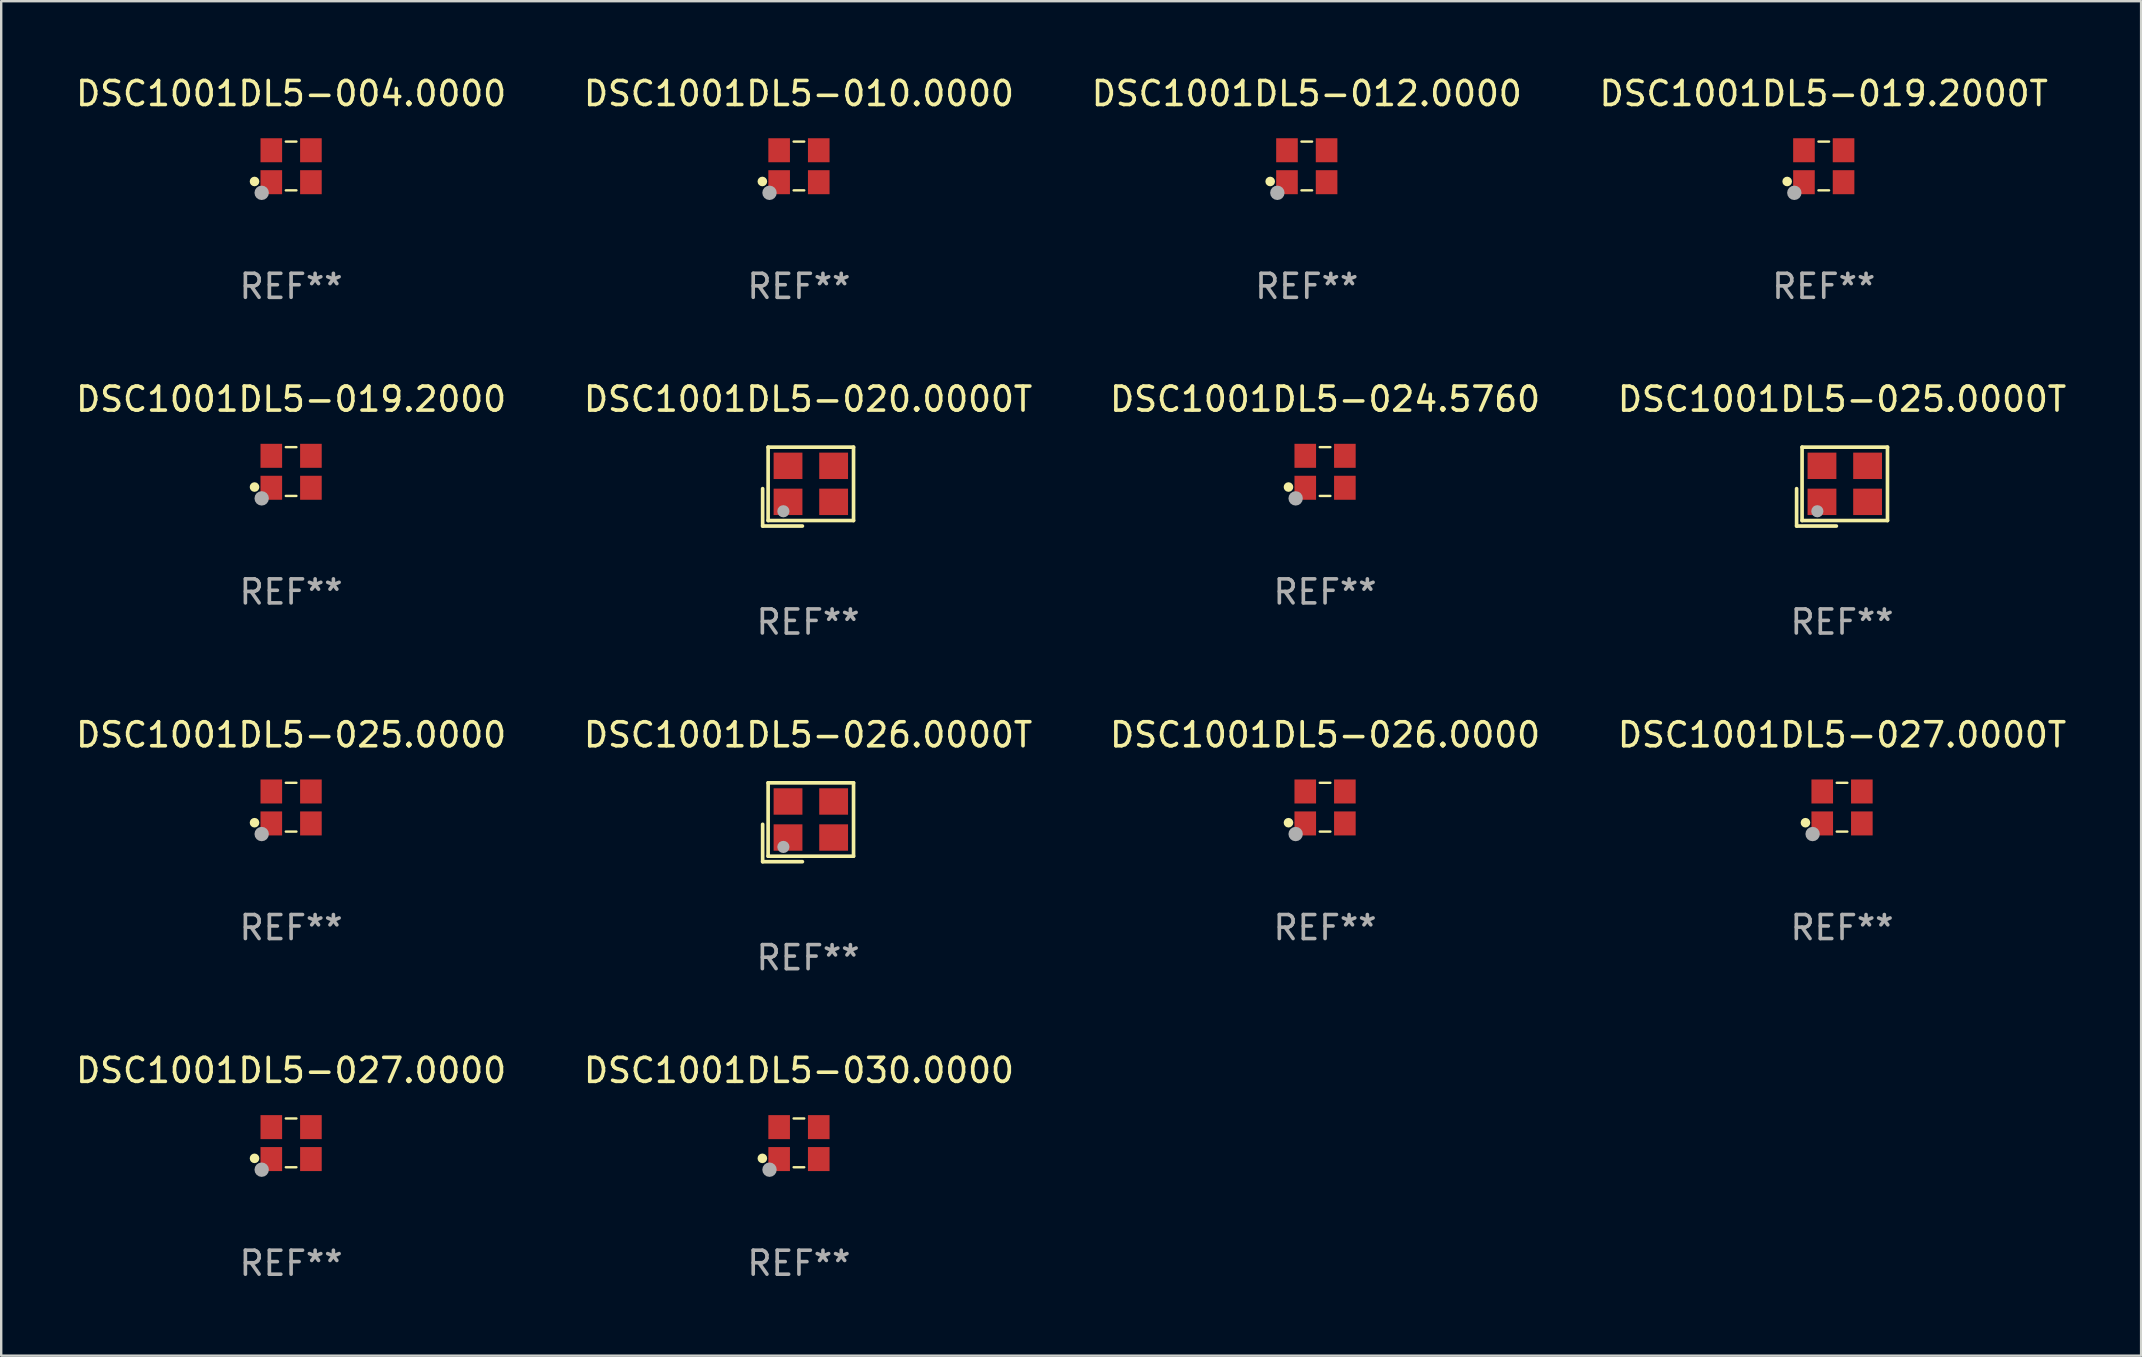
<source format=kicad_pcb>
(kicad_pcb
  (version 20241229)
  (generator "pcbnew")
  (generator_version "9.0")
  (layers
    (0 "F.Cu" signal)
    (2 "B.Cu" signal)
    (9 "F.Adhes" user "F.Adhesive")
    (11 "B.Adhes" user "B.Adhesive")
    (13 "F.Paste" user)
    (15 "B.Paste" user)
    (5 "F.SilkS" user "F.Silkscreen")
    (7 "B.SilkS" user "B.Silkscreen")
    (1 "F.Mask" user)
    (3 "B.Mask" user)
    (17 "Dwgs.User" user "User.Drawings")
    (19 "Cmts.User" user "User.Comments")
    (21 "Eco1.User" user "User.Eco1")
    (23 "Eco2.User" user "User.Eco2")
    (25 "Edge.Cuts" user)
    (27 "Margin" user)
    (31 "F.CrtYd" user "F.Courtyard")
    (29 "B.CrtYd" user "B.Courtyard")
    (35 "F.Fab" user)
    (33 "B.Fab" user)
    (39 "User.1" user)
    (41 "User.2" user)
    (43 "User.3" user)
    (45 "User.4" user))
  (footprint "DSC1001DL5-027.0000"
    (layer "F.Cu")
    (at 9.077 44.558)
    (property "Reference" "DSC1001DL5-027.0000" (at 0 -3.016 0) (layer "F.SilkS") (effects (font (size 1 1) (thickness 0.15))))
    (attr through_hole)
    (fp_line (start -0.221 -1.016) (end 0.221 -1.016) (stroke (width 0.1) (type solid)) (layer "F.SilkS"))
    (fp_line (start -0.221 1.016) (end 0.221 1.016) (stroke (width 0.1) (type solid)) (layer "F.SilkS"))
    (fp_circle (center -1.524 0.646) (end -1.424 0.646) (stroke (width 0.2) (type solid)) (fill no) (layer "F.SilkS"))
    (fp_circle (center -1.25 1) (end -1.22 1) (stroke (width 0.06) (type solid)) (fill no) (layer "F.SilkS"))
    (fp_circle (center -1.226 1.118) (end -1.076 1.118) (stroke (width 0.3) (type solid)) (fill no) (layer "F.Fab"))
    (fp_text user "REF**" (at 0 5.016 0) (layer "F.Fab") (effects (font (size 1 1) (thickness 0.15))))
    (pad "1" smd rect (at -0.825 0.676) (size 0.9 1) (layers "F.Cu" "F.Mask" "F.Paste"))
    (pad "2" smd rect (at 0.825 0.676) (size 0.9 1) (layers "F.Cu" "F.Mask" "F.Paste"))
    (pad "3" smd rect (at 0.825 -0.655) (size 0.9 1) (layers "F.Cu" "F.Mask" "F.Paste"))
    (pad "4" smd rect (at -0.825 -0.655) (size 0.9 1) (layers "F.Cu" "F.Mask" "F.Paste")))
  (footprint "DSC1001DL5-026.0000T"
    (layer "F.Cu")
    (at 30.613 31.203)
    (property "Reference" "DSC1001DL5-026.0000T" (at 0 -3.643 0) (layer "F.SilkS") (effects (font (size 1 1) (thickness 0.15))))
    (attr through_hole)
    (fp_line (start -1.893 0.086) (end -1.893 1.643) (stroke (width 0.152) (type solid)) (layer "F.SilkS"))
    (fp_line (start -1.893 1.643) (end -0.237 1.643) (stroke (width 0.152) (type solid)) (layer "F.SilkS"))
    (fp_line (start -1.665 -1.643) (end 1.893 -1.643) (stroke (width 0.152) (type solid)) (layer "F.SilkS"))
    (fp_line (start -1.665 1.414) (end -1.665 -1.643) (stroke (width 0.152) (type solid)) (layer "F.SilkS"))
    (fp_line (start 1.893 -1.643) (end 1.893 1.414) (stroke (width 0.152) (type solid)) (layer "F.SilkS"))
    (fp_line (start 1.893 1.414) (end -1.665 1.414) (stroke (width 0.152) (type solid)) (layer "F.SilkS"))
    (fp_circle (center -1.136 0.885) (end -1.106 0.885) (stroke (width 0.06) (type solid)) (fill no) (layer "F.SilkS"))
    (fp_circle (center -1.029 1.028) (end -0.902 1.028) (stroke (width 0.254) (type solid)) (fill no) (layer "F.Fab"))
    (fp_text user "REF**" (at 0 5.643 0) (layer "F.Fab") (effects (font (size 1 1) (thickness 0.15))))
    (pad "1" smd rect (at -0.836 0.636) (size 1.2 1.1) (layers "F.Cu" "F.Mask" "F.Paste"))
    (pad "2" smd rect (at 1.064 0.636) (size 1.2 1.1) (layers "F.Cu" "F.Mask" "F.Paste"))
    (pad "3" smd rect (at 1.064 -0.865) (size 1.2 1.1) (layers "F.Cu" "F.Mask" "F.Paste"))
    (pad "4" smd rect (at -0.836 -0.865) (size 1.2 1.1) (layers "F.Cu" "F.Mask" "F.Paste")))
  (footprint "DSC1001DL5-019.2000T"
    (layer "F.Cu")
    (at 72.923 3.864)
    (property "Reference" "DSC1001DL5-019.2000T" (at 0 -3.016 0) (layer "F.SilkS") (effects (font (size 1 1) (thickness 0.15))))
    (attr through_hole)
    (fp_line (start -0.221 -1.016) (end 0.221 -1.016) (stroke (width 0.1) (type solid)) (layer "F.SilkS"))
    (fp_line (start -0.221 1.016) (end 0.221 1.016) (stroke (width 0.1) (type solid)) (layer "F.SilkS"))
    (fp_circle (center -1.524 0.646) (end -1.424 0.646) (stroke (width 0.2) (type solid)) (fill no) (layer "F.SilkS"))
    (fp_circle (center -1.25 1) (end -1.22 1) (stroke (width 0.06) (type solid)) (fill no) (layer "F.SilkS"))
    (fp_circle (center -1.226 1.118) (end -1.076 1.118) (stroke (width 0.3) (type solid)) (fill no) (layer "F.Fab"))
    (fp_text user "REF**" (at 0 5.016 0) (layer "F.Fab") (effects (font (size 1 1) (thickness 0.15))))
    (pad "1" smd rect (at -0.825 0.676) (size 0.9 1) (layers "F.Cu" "F.Mask" "F.Paste"))
    (pad "2" smd rect (at 0.825 0.676) (size 0.9 1) (layers "F.Cu" "F.Mask" "F.Paste"))
    (pad "3" smd rect (at 0.825 -0.655) (size 0.9 1) (layers "F.Cu" "F.Mask" "F.Paste"))
    (pad "4" smd rect (at -0.825 -0.655) (size 0.9 1) (layers "F.Cu" "F.Mask" "F.Paste")))
  (footprint "DSC1001DL5-019.2000"
    (layer "F.Cu")
    (at 9.077 16.593)
    (property "Reference" "DSC1001DL5-019.2000" (at 0 -3.016 0) (layer "F.SilkS") (effects (font (size 1 1) (thickness 0.15))))
    (attr through_hole)
    (fp_line (start -0.221 -1.016) (end 0.221 -1.016) (stroke (width 0.1) (type solid)) (layer "F.SilkS"))
    (fp_line (start -0.221 1.016) (end 0.221 1.016) (stroke (width 0.1) (type solid)) (layer "F.SilkS"))
    (fp_circle (center -1.524 0.646) (end -1.424 0.646) (stroke (width 0.2) (type solid)) (fill no) (layer "F.SilkS"))
    (fp_circle (center -1.25 1) (end -1.22 1) (stroke (width 0.06) (type solid)) (fill no) (layer "F.SilkS"))
    (fp_circle (center -1.226 1.118) (end -1.076 1.118) (stroke (width 0.3) (type solid)) (fill no) (layer "F.Fab"))
    (fp_text user "REF**" (at 0 5.016 0) (layer "F.Fab") (effects (font (size 1 1) (thickness 0.15))))
    (pad "1" smd rect (at -0.825 0.676) (size 0.9 1) (layers "F.Cu" "F.Mask" "F.Paste"))
    (pad "2" smd rect (at 0.825 0.676) (size 0.9 1) (layers "F.Cu" "F.Mask" "F.Paste"))
    (pad "3" smd rect (at 0.825 -0.655) (size 0.9 1) (layers "F.Cu" "F.Mask" "F.Paste"))
    (pad "4" smd rect (at -0.825 -0.655) (size 0.9 1) (layers "F.Cu" "F.Mask" "F.Paste")))
  (footprint "DSC1001DL5-025.0000T"
    (layer "F.Cu")
    (at 73.685 17.22)
    (property "Reference" "DSC1001DL5-025.0000T" (at 0 -3.643 0) (layer "F.SilkS") (effects (font (size 1 1) (thickness 0.15))))
    (attr through_hole)
    (fp_line (start -1.893 0.086) (end -1.893 1.643) (stroke (width 0.152) (type solid)) (layer "F.SilkS"))
    (fp_line (start -1.893 1.643) (end -0.237 1.643) (stroke (width 0.152) (type solid)) (layer "F.SilkS"))
    (fp_line (start -1.665 -1.643) (end 1.893 -1.643) (stroke (width 0.152) (type solid)) (layer "F.SilkS"))
    (fp_line (start -1.665 1.414) (end -1.665 -1.643) (stroke (width 0.152) (type solid)) (layer "F.SilkS"))
    (fp_line (start 1.893 -1.643) (end 1.893 1.414) (stroke (width 0.152) (type solid)) (layer "F.SilkS"))
    (fp_line (start 1.893 1.414) (end -1.665 1.414) (stroke (width 0.152) (type solid)) (layer "F.SilkS"))
    (fp_circle (center -1.136 0.885) (end -1.106 0.885) (stroke (width 0.06) (type solid)) (fill no) (layer "F.SilkS"))
    (fp_circle (center -1.029 1.028) (end -0.902 1.028) (stroke (width 0.254) (type solid)) (fill no) (layer "F.Fab"))
    (fp_text user "REF**" (at 0 5.643 0) (layer "F.Fab") (effects (font (size 1 1) (thickness 0.15))))
    (pad "1" smd rect (at -0.836 0.636) (size 1.2 1.1) (layers "F.Cu" "F.Mask" "F.Paste"))
    (pad "2" smd rect (at 1.064 0.636) (size 1.2 1.1) (layers "F.Cu" "F.Mask" "F.Paste"))
    (pad "3" smd rect (at 1.064 -0.865) (size 1.2 1.1) (layers "F.Cu" "F.Mask" "F.Paste"))
    (pad "4" smd rect (at -0.836 -0.865) (size 1.2 1.1) (layers "F.Cu" "F.Mask" "F.Paste")))
  (footprint "DSC1001DL5-027.0000T"
    (layer "F.Cu")
    (at 73.685 30.576)
    (property "Reference" "DSC1001DL5-027.0000T" (at 0 -3.016 0) (layer "F.SilkS") (effects (font (size 1 1) (thickness 0.15))))
    (attr through_hole)
    (fp_line (start -0.221 -1.016) (end 0.221 -1.016) (stroke (width 0.1) (type solid)) (layer "F.SilkS"))
    (fp_line (start -0.221 1.016) (end 0.221 1.016) (stroke (width 0.1) (type solid)) (layer "F.SilkS"))
    (fp_circle (center -1.524 0.646) (end -1.424 0.646) (stroke (width 0.2) (type solid)) (fill no) (layer "F.SilkS"))
    (fp_circle (center -1.25 1) (end -1.22 1) (stroke (width 0.06) (type solid)) (fill no) (layer "F.SilkS"))
    (fp_circle (center -1.226 1.118) (end -1.076 1.118) (stroke (width 0.3) (type solid)) (fill no) (layer "F.Fab"))
    (fp_text user "REF**" (at 0 5.016 0) (layer "F.Fab") (effects (font (size 1 1) (thickness 0.15))))
    (pad "1" smd rect (at -0.825 0.676) (size 0.9 1) (layers "F.Cu" "F.Mask" "F.Paste"))
    (pad "2" smd rect (at 0.825 0.676) (size 0.9 1) (layers "F.Cu" "F.Mask" "F.Paste"))
    (pad "3" smd rect (at 0.825 -0.655) (size 0.9 1) (layers "F.Cu" "F.Mask" "F.Paste"))
    (pad "4" smd rect (at -0.825 -0.655) (size 0.9 1) (layers "F.Cu" "F.Mask" "F.Paste")))
  (footprint "DSC1001DL5-020.0000T"
    (layer "F.Cu")
    (at 30.613 17.22)
    (property "Reference" "DSC1001DL5-020.0000T" (at 0 -3.643 0) (layer "F.SilkS") (effects (font (size 1 1) (thickness 0.15))))
    (attr through_hole)
    (fp_line (start -1.893 0.086) (end -1.893 1.643) (stroke (width 0.152) (type solid)) (layer "F.SilkS"))
    (fp_line (start -1.893 1.643) (end -0.237 1.643) (stroke (width 0.152) (type solid)) (layer "F.SilkS"))
    (fp_line (start -1.665 -1.643) (end 1.893 -1.643) (stroke (width 0.152) (type solid)) (layer "F.SilkS"))
    (fp_line (start -1.665 1.414) (end -1.665 -1.643) (stroke (width 0.152) (type solid)) (layer "F.SilkS"))
    (fp_line (start 1.893 -1.643) (end 1.893 1.414) (stroke (width 0.152) (type solid)) (layer "F.SilkS"))
    (fp_line (start 1.893 1.414) (end -1.665 1.414) (stroke (width 0.152) (type solid)) (layer "F.SilkS"))
    (fp_circle (center -1.136 0.885) (end -1.106 0.885) (stroke (width 0.06) (type solid)) (fill no) (layer "F.SilkS"))
    (fp_circle (center -1.029 1.028) (end -0.902 1.028) (stroke (width 0.254) (type solid)) (fill no) (layer "F.Fab"))
    (fp_text user "REF**" (at 0 5.643 0) (layer "F.Fab") (effects (font (size 1 1) (thickness 0.15))))
    (pad "1" smd rect (at -0.836 0.636) (size 1.2 1.1) (layers "F.Cu" "F.Mask" "F.Paste"))
    (pad "2" smd rect (at 1.064 0.636) (size 1.2 1.1) (layers "F.Cu" "F.Mask" "F.Paste"))
    (pad "3" smd rect (at 1.064 -0.865) (size 1.2 1.1) (layers "F.Cu" "F.Mask" "F.Paste"))
    (pad "4" smd rect (at -0.836 -0.865) (size 1.2 1.1) (layers "F.Cu" "F.Mask" "F.Paste")))
  (footprint "DSC1001DL5-010.0000"
    (layer "F.Cu")
    (at 30.232 3.864)
    (property "Reference" "DSC1001DL5-010.0000" (at 0 -3.016 0) (layer "F.SilkS") (effects (font (size 1 1) (thickness 0.15))))
    (attr through_hole)
    (fp_line (start -0.221 -1.016) (end 0.221 -1.016) (stroke (width 0.1) (type solid)) (layer "F.SilkS"))
    (fp_line (start -0.221 1.016) (end 0.221 1.016) (stroke (width 0.1) (type solid)) (layer "F.SilkS"))
    (fp_circle (center -1.524 0.646) (end -1.424 0.646) (stroke (width 0.2) (type solid)) (fill no) (layer "F.SilkS"))
    (fp_circle (center -1.25 1) (end -1.22 1) (stroke (width 0.06) (type solid)) (fill no) (layer "F.SilkS"))
    (fp_circle (center -1.226 1.118) (end -1.076 1.118) (stroke (width 0.3) (type solid)) (fill no) (layer "F.Fab"))
    (fp_text user "REF**" (at 0 5.016 0) (layer "F.Fab") (effects (font (size 1 1) (thickness 0.15))))
    (pad "1" smd rect (at -0.825 0.676) (size 0.9 1) (layers "F.Cu" "F.Mask" "F.Paste"))
    (pad "2" smd rect (at 0.825 0.676) (size 0.9 1) (layers "F.Cu" "F.Mask" "F.Paste"))
    (pad "3" smd rect (at 0.825 -0.655) (size 0.9 1) (layers "F.Cu" "F.Mask" "F.Paste"))
    (pad "4" smd rect (at -0.825 -0.655) (size 0.9 1) (layers "F.Cu" "F.Mask" "F.Paste")))
  (footprint "DSC1001DL5-025.0000"
    (layer "F.Cu")
    (at 9.077 30.576)
    (property "Reference" "DSC1001DL5-025.0000" (at 0 -3.016 0) (layer "F.SilkS") (effects (font (size 1 1) (thickness 0.15))))
    (attr through_hole)
    (fp_line (start -0.221 -1.016) (end 0.221 -1.016) (stroke (width 0.1) (type solid)) (layer "F.SilkS"))
    (fp_line (start -0.221 1.016) (end 0.221 1.016) (stroke (width 0.1) (type solid)) (layer "F.SilkS"))
    (fp_circle (center -1.524 0.646) (end -1.424 0.646) (stroke (width 0.2) (type solid)) (fill no) (layer "F.SilkS"))
    (fp_circle (center -1.25 1) (end -1.22 1) (stroke (width 0.06) (type solid)) (fill no) (layer "F.SilkS"))
    (fp_circle (center -1.226 1.118) (end -1.076 1.118) (stroke (width 0.3) (type solid)) (fill no) (layer "F.Fab"))
    (fp_text user "REF**" (at 0 5.016 0) (layer "F.Fab") (effects (font (size 1 1) (thickness 0.15))))
    (pad "1" smd rect (at -0.825 0.676) (size 0.9 1) (layers "F.Cu" "F.Mask" "F.Paste"))
    (pad "2" smd rect (at 0.825 0.676) (size 0.9 1) (layers "F.Cu" "F.Mask" "F.Paste"))
    (pad "3" smd rect (at 0.825 -0.655) (size 0.9 1) (layers "F.Cu" "F.Mask" "F.Paste"))
    (pad "4" smd rect (at -0.825 -0.655) (size 0.9 1) (layers "F.Cu" "F.Mask" "F.Paste")))
  (footprint "DSC1001DL5-004.0000"
    (layer "F.Cu")
    (at 9.077 3.864)
    (property "Reference" "DSC1001DL5-004.0000" (at 0 -3.016 0) (layer "F.SilkS") (effects (font (size 1 1) (thickness 0.15))))
    (attr through_hole)
    (fp_line (start -0.221 -1.016) (end 0.221 -1.016) (stroke (width 0.1) (type solid)) (layer "F.SilkS"))
    (fp_line (start -0.221 1.016) (end 0.221 1.016) (stroke (width 0.1) (type solid)) (layer "F.SilkS"))
    (fp_circle (center -1.524 0.646) (end -1.424 0.646) (stroke (width 0.2) (type solid)) (fill no) (layer "F.SilkS"))
    (fp_circle (center -1.25 1) (end -1.22 1) (stroke (width 0.06) (type solid)) (fill no) (layer "F.SilkS"))
    (fp_circle (center -1.226 1.118) (end -1.076 1.118) (stroke (width 0.3) (type solid)) (fill no) (layer "F.Fab"))
    (fp_text user "REF**" (at 0 5.016 0) (layer "F.Fab") (effects (font (size 1 1) (thickness 0.15))))
    (pad "1" smd rect (at -0.825 0.676) (size 0.9 1) (layers "F.Cu" "F.Mask" "F.Paste"))
    (pad "2" smd rect (at 0.825 0.676) (size 0.9 1) (layers "F.Cu" "F.Mask" "F.Paste"))
    (pad "3" smd rect (at 0.825 -0.655) (size 0.9 1) (layers "F.Cu" "F.Mask" "F.Paste"))
    (pad "4" smd rect (at -0.825 -0.655) (size 0.9 1) (layers "F.Cu" "F.Mask" "F.Paste")))
  (footprint "DSC1001DL5-024.5760"
    (layer "F.Cu")
    (at 52.149 16.593)
    (property "Reference" "DSC1001DL5-024.5760" (at 0 -3.016 0) (layer "F.SilkS") (effects (font (size 1 1) (thickness 0.15))))
    (attr through_hole)
    (fp_line (start -0.221 -1.016) (end 0.221 -1.016) (stroke (width 0.1) (type solid)) (layer "F.SilkS"))
    (fp_line (start -0.221 1.016) (end 0.221 1.016) (stroke (width 0.1) (type solid)) (layer "F.SilkS"))
    (fp_circle (center -1.524 0.646) (end -1.424 0.646) (stroke (width 0.2) (type solid)) (fill no) (layer "F.SilkS"))
    (fp_circle (center -1.25 1) (end -1.22 1) (stroke (width 0.06) (type solid)) (fill no) (layer "F.SilkS"))
    (fp_circle (center -1.226 1.118) (end -1.076 1.118) (stroke (width 0.3) (type solid)) (fill no) (layer "F.Fab"))
    (fp_text user "REF**" (at 0 5.016 0) (layer "F.Fab") (effects (font (size 1 1) (thickness 0.15))))
    (pad "1" smd rect (at -0.825 0.676) (size 0.9 1) (layers "F.Cu" "F.Mask" "F.Paste"))
    (pad "2" smd rect (at 0.825 0.676) (size 0.9 1) (layers "F.Cu" "F.Mask" "F.Paste"))
    (pad "3" smd rect (at 0.825 -0.655) (size 0.9 1) (layers "F.Cu" "F.Mask" "F.Paste"))
    (pad "4" smd rect (at -0.825 -0.655) (size 0.9 1) (layers "F.Cu" "F.Mask" "F.Paste")))
  (footprint "DSC1001DL5-026.0000"
    (layer "F.Cu")
    (at 52.149 30.576)
    (property "Reference" "DSC1001DL5-026.0000" (at 0 -3.016 0) (layer "F.SilkS") (effects (font (size 1 1) (thickness 0.15))))
    (attr through_hole)
    (fp_line (start -0.221 -1.016) (end 0.221 -1.016) (stroke (width 0.1) (type solid)) (layer "F.SilkS"))
    (fp_line (start -0.221 1.016) (end 0.221 1.016) (stroke (width 0.1) (type solid)) (layer "F.SilkS"))
    (fp_circle (center -1.524 0.646) (end -1.424 0.646) (stroke (width 0.2) (type solid)) (fill no) (layer "F.SilkS"))
    (fp_circle (center -1.25 1) (end -1.22 1) (stroke (width 0.06) (type solid)) (fill no) (layer "F.SilkS"))
    (fp_circle (center -1.226 1.118) (end -1.076 1.118) (stroke (width 0.3) (type solid)) (fill no) (layer "F.Fab"))
    (fp_text user "REF**" (at 0 5.016 0) (layer "F.Fab") (effects (font (size 1 1) (thickness 0.15))))
    (pad "1" smd rect (at -0.825 0.676) (size 0.9 1) (layers "F.Cu" "F.Mask" "F.Paste"))
    (pad "2" smd rect (at 0.825 0.676) (size 0.9 1) (layers "F.Cu" "F.Mask" "F.Paste"))
    (pad "3" smd rect (at 0.825 -0.655) (size 0.9 1) (layers "F.Cu" "F.Mask" "F.Paste"))
    (pad "4" smd rect (at -0.825 -0.655) (size 0.9 1) (layers "F.Cu" "F.Mask" "F.Paste")))
  (footprint "DSC1001DL5-030.0000"
    (layer "F.Cu")
    (at 30.232 44.558)
    (property "Reference" "DSC1001DL5-030.0000" (at 0 -3.016 0) (layer "F.SilkS") (effects (font (size 1 1) (thickness 0.15))))
    (attr through_hole)
    (fp_line (start -0.221 -1.016) (end 0.221 -1.016) (stroke (width 0.1) (type solid)) (layer "F.SilkS"))
    (fp_line (start -0.221 1.016) (end 0.221 1.016) (stroke (width 0.1) (type solid)) (layer "F.SilkS"))
    (fp_circle (center -1.524 0.646) (end -1.424 0.646) (stroke (width 0.2) (type solid)) (fill no) (layer "F.SilkS"))
    (fp_circle (center -1.25 1) (end -1.22 1) (stroke (width 0.06) (type solid)) (fill no) (layer "F.SilkS"))
    (fp_circle (center -1.226 1.118) (end -1.076 1.118) (stroke (width 0.3) (type solid)) (fill no) (layer "F.Fab"))
    (fp_text user "REF**" (at 0 5.016 0) (layer "F.Fab") (effects (font (size 1 1) (thickness 0.15))))
    (pad "1" smd rect (at -0.825 0.676) (size 0.9 1) (layers "F.Cu" "F.Mask" "F.Paste"))
    (pad "2" smd rect (at 0.825 0.676) (size 0.9 1) (layers "F.Cu" "F.Mask" "F.Paste"))
    (pad "3" smd rect (at 0.825 -0.655) (size 0.9 1) (layers "F.Cu" "F.Mask" "F.Paste"))
    (pad "4" smd rect (at -0.825 -0.655) (size 0.9 1) (layers "F.Cu" "F.Mask" "F.Paste")))
  (footprint "DSC1001DL5-012.0000"
    (layer "F.Cu")
    (at 51.387 3.864)
    (property "Reference" "DSC1001DL5-012.0000" (at 0 -3.016 0) (layer "F.SilkS") (effects (font (size 1 1) (thickness 0.15))))
    (attr through_hole)
    (fp_line (start -0.221 -1.016) (end 0.221 -1.016) (stroke (width 0.1) (type solid)) (layer "F.SilkS"))
    (fp_line (start -0.221 1.016) (end 0.221 1.016) (stroke (width 0.1) (type solid)) (layer "F.SilkS"))
    (fp_circle (center -1.524 0.646) (end -1.424 0.646) (stroke (width 0.2) (type solid)) (fill no) (layer "F.SilkS"))
    (fp_circle (center -1.25 1) (end -1.22 1) (stroke (width 0.06) (type solid)) (fill no) (layer "F.SilkS"))
    (fp_circle (center -1.226 1.118) (end -1.076 1.118) (stroke (width 0.3) (type solid)) (fill no) (layer "F.Fab"))
    (fp_text user "REF**" (at 0 5.016 0) (layer "F.Fab") (effects (font (size 1 1) (thickness 0.15))))
    (pad "1" smd rect (at -0.825 0.676) (size 0.9 1) (layers "F.Cu" "F.Mask" "F.Paste"))
    (pad "2" smd rect (at 0.825 0.676) (size 0.9 1) (layers "F.Cu" "F.Mask" "F.Paste"))
    (pad "3" smd rect (at 0.825 -0.655) (size 0.9 1) (layers "F.Cu" "F.Mask" "F.Paste"))
    (pad "4" smd rect (at -0.825 -0.655) (size 0.9 1) (layers "F.Cu" "F.Mask" "F.Paste")))
  (gr_rect
    (start -3 -3)
    (end 86.143 53.423)
    (stroke (width 0.1) (type default))
    (fill no)
    (layer "Edge.Cuts")))
</source>
